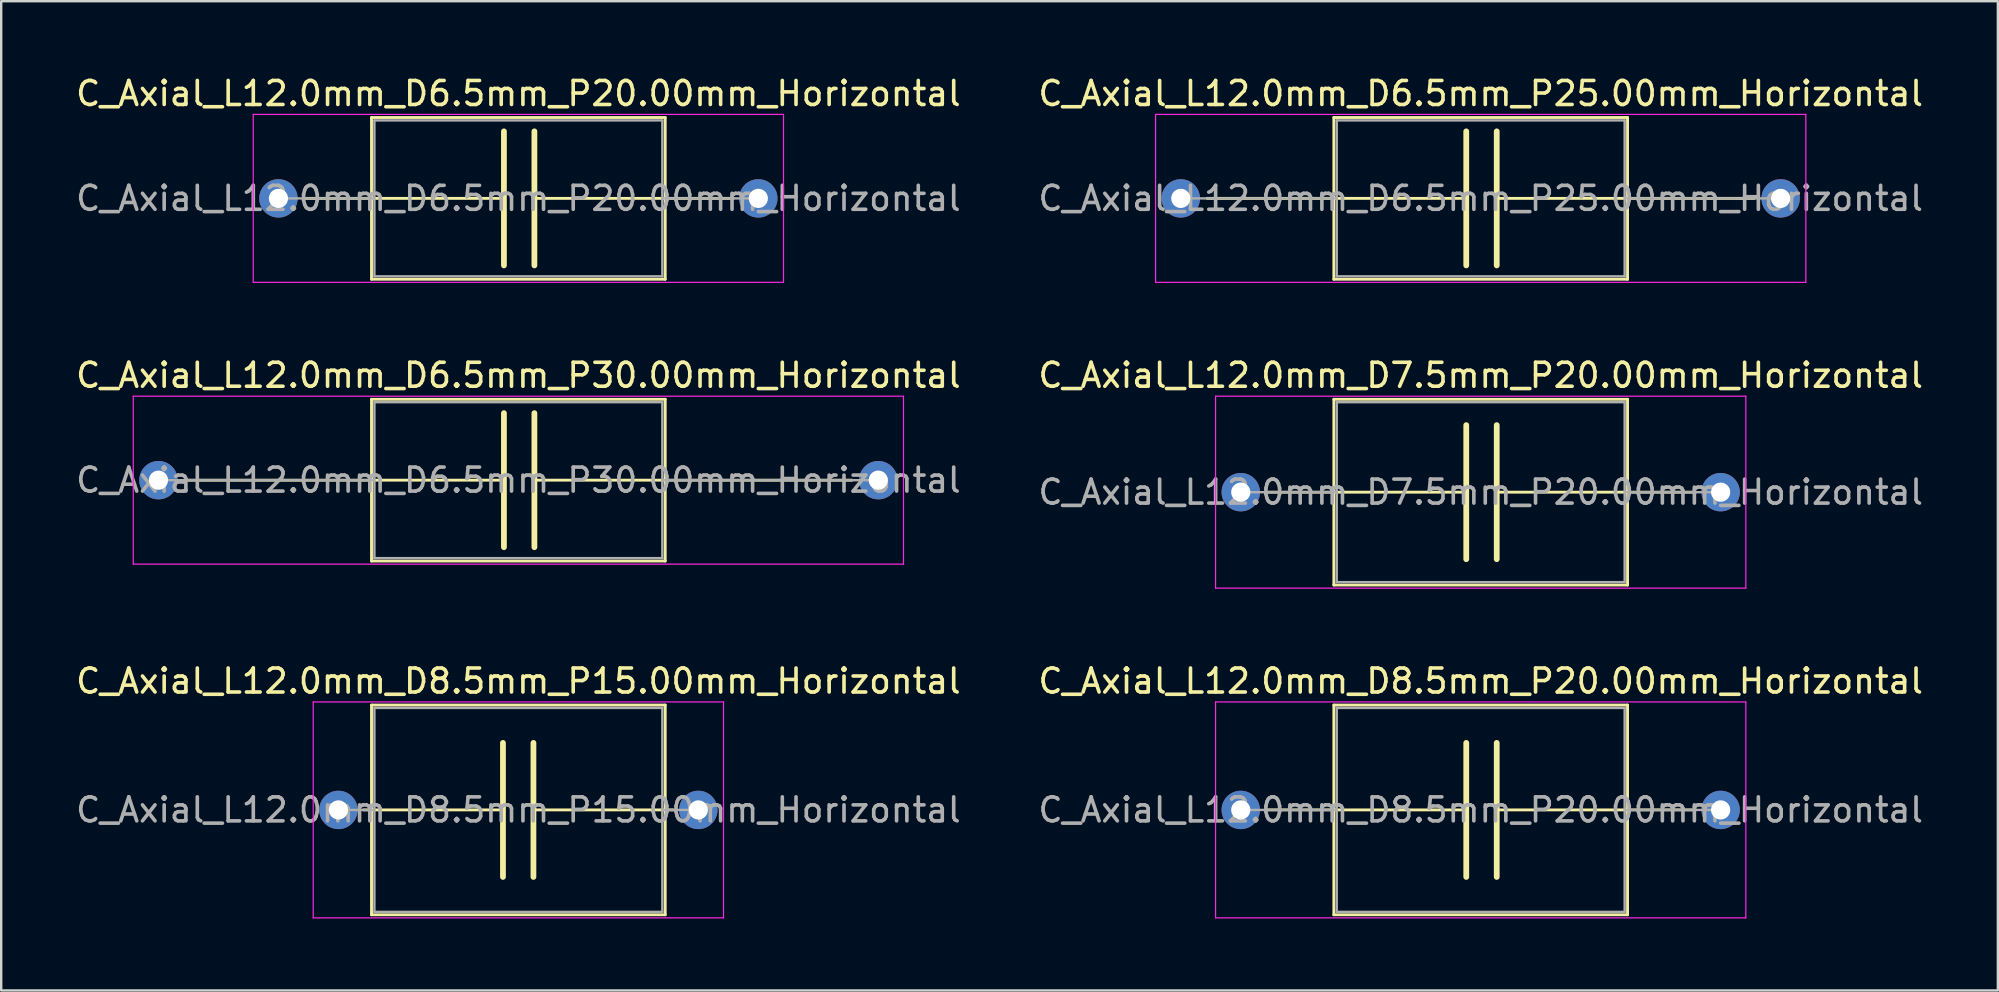
<source format=kicad_pcb>
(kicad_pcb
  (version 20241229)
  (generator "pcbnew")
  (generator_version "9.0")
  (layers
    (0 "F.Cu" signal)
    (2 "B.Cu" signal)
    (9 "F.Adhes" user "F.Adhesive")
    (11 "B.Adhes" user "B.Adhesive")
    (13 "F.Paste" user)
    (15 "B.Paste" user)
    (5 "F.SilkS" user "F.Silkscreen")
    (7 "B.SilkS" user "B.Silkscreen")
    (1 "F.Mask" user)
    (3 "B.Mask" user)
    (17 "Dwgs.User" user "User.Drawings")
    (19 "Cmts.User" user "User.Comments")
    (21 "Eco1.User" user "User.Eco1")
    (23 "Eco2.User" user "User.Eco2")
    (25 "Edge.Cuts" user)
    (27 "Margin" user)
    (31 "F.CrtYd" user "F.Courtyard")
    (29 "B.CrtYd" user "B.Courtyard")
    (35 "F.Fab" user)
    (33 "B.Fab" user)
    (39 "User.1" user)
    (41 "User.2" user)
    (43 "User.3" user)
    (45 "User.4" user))
  (footprint "C_Axial_L12.0mm_D7.5mm_P20.00mm_Horizontal"
    (layer "F.Cu")
    (at 48.661 17.462)
    (property "Reference" "C_Axial_L12.0mm_D7.5mm_P20.00mm_Horizontal" (at 10 -4.87 0) (layer "F.SilkS") (effects (font (size 1 1) (thickness 0.15))))
    (attr through_hole)
    (fp_line (start 1.04 0) (end 3.88 0) (stroke (width 0.12) (type solid)) (layer "F.SilkS"))
    (fp_line (start 3.88 -3.87) (end 3.88 3.87) (stroke (width 0.12) (type solid)) (layer "F.SilkS"))
    (fp_line (start 3.88 0) (end 9.398 0) (stroke (width 0.12) (type solid)) (layer "F.SilkS"))
    (fp_line (start 3.88 3.87) (end 16.12 3.87) (stroke (width 0.12) (type solid)) (layer "F.SilkS"))
    (fp_line (start 9.398 -2.794) (end 9.398 2.794) (stroke (width 0.24) (type solid)) (layer "F.SilkS"))
    (fp_line (start 10.668 2.794) (end 10.668 -2.794) (stroke (width 0.24) (type solid)) (layer "F.SilkS"))
    (fp_line (start 16.12 -3.87) (end 3.88 -3.87) (stroke (width 0.12) (type solid)) (layer "F.SilkS"))
    (fp_line (start 16.12 0) (end 10.668 0) (stroke (width 0.12) (type solid)) (layer "F.SilkS"))
    (fp_line (start 16.12 3.87) (end 16.12 -3.87) (stroke (width 0.12) (type solid)) (layer "F.SilkS"))
    (fp_line (start 18.96 0) (end 16.12 0) (stroke (width 0.12) (type solid)) (layer "F.SilkS"))
    (fp_line (start -1.05 -4) (end -1.05 4) (stroke (width 0.05) (type solid)) (layer "F.CrtYd"))
    (fp_line (start -1.05 4) (end 21.05 4) (stroke (width 0.05) (type solid)) (layer "F.CrtYd"))
    (fp_line (start 21.05 -4) (end -1.05 -4) (stroke (width 0.05) (type solid)) (layer "F.CrtYd"))
    (fp_line (start 21.05 4) (end 21.05 -4) (stroke (width 0.05) (type solid)) (layer "F.CrtYd"))
    (fp_line (start 0 0) (end 4 0) (stroke (width 0.1) (type solid)) (layer "F.Fab"))
    (fp_line (start 4 -3.75) (end 4 3.75) (stroke (width 0.1) (type solid)) (layer "F.Fab"))
    (fp_line (start 4 3.75) (end 16 3.75) (stroke (width 0.1) (type solid)) (layer "F.Fab"))
    (fp_line (start 16 -3.75) (end 4 -3.75) (stroke (width 0.1) (type solid)) (layer "F.Fab"))
    (fp_line (start 16 3.75) (end 16 -3.75) (stroke (width 0.1) (type solid)) (layer "F.Fab"))
    (fp_line (start 20 0) (end 16 0) (stroke (width 0.1) (type solid)) (layer "F.Fab"))
    (fp_text user "${REFERENCE}" (at 10 0 0) (layer "F.Fab") (effects (font (size 1 1) (thickness 0.15))))
    (pad "1" thru_hole circle (at 0 0) (size 1.6 1.6) (drill 0.8) (layers "*.Cu" "*.Mask"))
    (pad "2" thru_hole oval (at 20 0) (size 1.6 1.6) (drill 0.8) (layers "*.Cu" "*.Mask")))
  (footprint "C_Axial_L12.0mm_D8.5mm_P20.00mm_Horizontal"
    (layer "F.Cu")
    (at 48.661 30.705)
    (property "Reference" "C_Axial_L12.0mm_D8.5mm_P20.00mm_Horizontal" (at 10 -5.37 0) (layer "F.SilkS") (effects (font (size 1 1) (thickness 0.15))))
    (attr through_hole)
    (fp_line (start 1.04 0) (end 3.88 0) (stroke (width 0.12) (type solid)) (layer "F.SilkS"))
    (fp_line (start 3.88 -4.37) (end 3.88 4.37) (stroke (width 0.12) (type solid)) (layer "F.SilkS"))
    (fp_line (start 3.88 0) (end 9.398 0) (stroke (width 0.12) (type solid)) (layer "F.SilkS"))
    (fp_line (start 3.88 4.37) (end 16.12 4.37) (stroke (width 0.12) (type solid)) (layer "F.SilkS"))
    (fp_line (start 9.398 -2.794) (end 9.398 2.794) (stroke (width 0.24) (type solid)) (layer "F.SilkS"))
    (fp_line (start 10.668 2.794) (end 10.668 -2.794) (stroke (width 0.24) (type solid)) (layer "F.SilkS"))
    (fp_line (start 16.12 -4.37) (end 3.88 -4.37) (stroke (width 0.12) (type solid)) (layer "F.SilkS"))
    (fp_line (start 16.12 4.37) (end 16.12 -4.37) (stroke (width 0.12) (type solid)) (layer "F.SilkS"))
    (fp_line (start 16.129 0) (end 10.668 0) (stroke (width 0.12) (type solid)) (layer "F.SilkS"))
    (fp_line (start 18.96 0) (end 16.12 0) (stroke (width 0.12) (type solid)) (layer "F.SilkS"))
    (fp_line (start -1.05 -4.5) (end -1.05 4.5) (stroke (width 0.05) (type solid)) (layer "F.CrtYd"))
    (fp_line (start -1.05 4.5) (end 21.05 4.5) (stroke (width 0.05) (type solid)) (layer "F.CrtYd"))
    (fp_line (start 21.05 -4.5) (end -1.05 -4.5) (stroke (width 0.05) (type solid)) (layer "F.CrtYd"))
    (fp_line (start 21.05 4.5) (end 21.05 -4.5) (stroke (width 0.05) (type solid)) (layer "F.CrtYd"))
    (fp_line (start 0 0) (end 4 0) (stroke (width 0.1) (type solid)) (layer "F.Fab"))
    (fp_line (start 4 -4.25) (end 4 4.25) (stroke (width 0.1) (type solid)) (layer "F.Fab"))
    (fp_line (start 4 4.25) (end 16 4.25) (stroke (width 0.1) (type solid)) (layer "F.Fab"))
    (fp_line (start 16 -4.25) (end 4 -4.25) (stroke (width 0.1) (type solid)) (layer "F.Fab"))
    (fp_line (start 16 4.25) (end 16 -4.25) (stroke (width 0.1) (type solid)) (layer "F.Fab"))
    (fp_line (start 20 0) (end 16 0) (stroke (width 0.1) (type solid)) (layer "F.Fab"))
    (fp_text user "${REFERENCE}" (at 10 0 0) (layer "F.Fab") (effects (font (size 1 1) (thickness 0.15))))
    (pad "1" thru_hole circle (at 0 0) (size 1.6 1.6) (drill 0.8) (layers "*.Cu" "*.Mask"))
    (pad "2" thru_hole oval (at 20 0) (size 1.6 1.6) (drill 0.8) (layers "*.Cu" "*.Mask")))
  (footprint "C_Axial_L12.0mm_D6.5mm_P30.00mm_Horizontal"
    (layer "F.Cu")
    (at 3.554 16.962)
    (property "Reference" "C_Axial_L12.0mm_D6.5mm_P30.00mm_Horizontal" (at 15 -4.37 0) (layer "F.SilkS") (effects (font (size 1 1) (thickness 0.15))))
    (attr through_hole)
    (fp_line (start 1.1 0) (end 8.88 0) (stroke (width 0.12) (type solid)) (layer "F.SilkS"))
    (fp_line (start 8.88 -3.37) (end 8.88 3.37) (stroke (width 0.12) (type solid)) (layer "F.SilkS"))
    (fp_line (start 8.88 0) (end 14.398 0) (stroke (width 0.12) (type solid)) (layer "F.SilkS"))
    (fp_line (start 8.88 3.37) (end 21.12 3.37) (stroke (width 0.12) (type solid)) (layer "F.SilkS"))
    (fp_line (start 14.398 -2.794) (end 14.398 2.794) (stroke (width 0.24) (type solid)) (layer "F.SilkS"))
    (fp_line (start 15.668 2.794) (end 15.668 -2.794) (stroke (width 0.24) (type solid)) (layer "F.SilkS"))
    (fp_line (start 21.12 -3.37) (end 8.88 -3.37) (stroke (width 0.12) (type solid)) (layer "F.SilkS"))
    (fp_line (start 21.12 0) (end 15.668 0) (stroke (width 0.12) (type solid)) (layer "F.SilkS"))
    (fp_line (start 21.12 3.37) (end 21.12 -3.37) (stroke (width 0.12) (type solid)) (layer "F.SilkS"))
    (fp_line (start 28.9 0) (end 21.12 0) (stroke (width 0.12) (type solid)) (layer "F.SilkS"))
    (fp_line (start -1.05 -3.5) (end -1.05 3.5) (stroke (width 0.05) (type solid)) (layer "F.CrtYd"))
    (fp_line (start -1.05 3.5) (end 31.05 3.5) (stroke (width 0.05) (type solid)) (layer "F.CrtYd"))
    (fp_line (start 31.05 -3.5) (end -1.05 -3.5) (stroke (width 0.05) (type solid)) (layer "F.CrtYd"))
    (fp_line (start 31.05 3.5) (end 31.05 -3.5) (stroke (width 0.05) (type solid)) (layer "F.CrtYd"))
    (fp_line (start 0 0) (end 9 0) (stroke (width 0.1) (type solid)) (layer "F.Fab"))
    (fp_line (start 9 -3.25) (end 9 3.25) (stroke (width 0.1) (type solid)) (layer "F.Fab"))
    (fp_line (start 9 3.25) (end 21 3.25) (stroke (width 0.1) (type solid)) (layer "F.Fab"))
    (fp_line (start 21 -3.25) (end 9 -3.25) (stroke (width 0.1) (type solid)) (layer "F.Fab"))
    (fp_line (start 21 3.25) (end 21 -3.25) (stroke (width 0.1) (type solid)) (layer "F.Fab"))
    (fp_line (start 30 0) (end 21 0) (stroke (width 0.1) (type solid)) (layer "F.Fab"))
    (fp_text user "${REFERENCE}" (at 15 0 0) (layer "F.Fab") (effects (font (size 1 1) (thickness 0.15))))
    (pad "1" thru_hole circle (at 0 0) (size 1.6 1.6) (drill 0.8) (layers "*.Cu" "*.Mask"))
    (pad "2" thru_hole oval (at 30 0) (size 1.6 1.6) (drill 0.8) (layers "*.Cu" "*.Mask")))
  (footprint "C_Axial_L12.0mm_D8.5mm_P15.00mm_Horizontal"
    (layer "F.Cu")
    (at 11.054 30.705)
    (property "Reference" "C_Axial_L12.0mm_D8.5mm_P15.00mm_Horizontal" (at 7.5 -5.37 0) (layer "F.SilkS") (effects (font (size 1 1) (thickness 0.15))))
    (attr through_hole)
    (fp_line (start 1.04 0) (end 1.38 0) (stroke (width 0.12) (type solid)) (layer "F.SilkS"))
    (fp_line (start 1.38 -4.37) (end 1.38 4.37) (stroke (width 0.12) (type solid)) (layer "F.SilkS"))
    (fp_line (start 1.38 0) (end 6.858 0) (stroke (width 0.12) (type solid)) (layer "F.SilkS"))
    (fp_line (start 1.38 4.37) (end 13.62 4.37) (stroke (width 0.12) (type solid)) (layer "F.SilkS"))
    (fp_line (start 6.858 -2.794) (end 6.858 2.794) (stroke (width 0.24) (type solid)) (layer "F.SilkS"))
    (fp_line (start 8.128 2.794) (end 8.128 -2.794) (stroke (width 0.24) (type solid)) (layer "F.SilkS"))
    (fp_line (start 13.62 -4.37) (end 1.38 -4.37) (stroke (width 0.12) (type solid)) (layer "F.SilkS"))
    (fp_line (start 13.62 0) (end 8.128 0) (stroke (width 0.12) (type solid)) (layer "F.SilkS"))
    (fp_line (start 13.62 4.37) (end 13.62 -4.37) (stroke (width 0.12) (type solid)) (layer "F.SilkS"))
    (fp_line (start 13.96 0) (end 13.62 0) (stroke (width 0.12) (type solid)) (layer "F.SilkS"))
    (fp_line (start -1.05 -4.5) (end -1.05 4.5) (stroke (width 0.05) (type solid)) (layer "F.CrtYd"))
    (fp_line (start -1.05 4.5) (end 16.05 4.5) (stroke (width 0.05) (type solid)) (layer "F.CrtYd"))
    (fp_line (start 16.05 -4.5) (end -1.05 -4.5) (stroke (width 0.05) (type solid)) (layer "F.CrtYd"))
    (fp_line (start 16.05 4.5) (end 16.05 -4.5) (stroke (width 0.05) (type solid)) (layer "F.CrtYd"))
    (fp_line (start 0 0) (end 1.5 0) (stroke (width 0.1) (type solid)) (layer "F.Fab"))
    (fp_line (start 1.5 -4.25) (end 1.5 4.25) (stroke (width 0.1) (type solid)) (layer "F.Fab"))
    (fp_line (start 1.5 4.25) (end 13.5 4.25) (stroke (width 0.1) (type solid)) (layer "F.Fab"))
    (fp_line (start 13.5 -4.25) (end 1.5 -4.25) (stroke (width 0.1) (type solid)) (layer "F.Fab"))
    (fp_line (start 13.5 4.25) (end 13.5 -4.25) (stroke (width 0.1) (type solid)) (layer "F.Fab"))
    (fp_line (start 15 0) (end 13.5 0) (stroke (width 0.1) (type solid)) (layer "F.Fab"))
    (fp_text user "${REFERENCE}" (at 7.5 0 0) (layer "F.Fab") (effects (font (size 1 1) (thickness 0.15))))
    (pad "1" thru_hole circle (at 0 0) (size 1.6 1.6) (drill 0.8) (layers "*.Cu" "*.Mask"))
    (pad "2" thru_hole oval (at 15 0) (size 1.6 1.6) (drill 0.8) (layers "*.Cu" "*.Mask")))
  (footprint "C_Axial_L12.0mm_D6.5mm_P20.00mm_Horizontal"
    (layer "F.Cu")
    (at 8.554 5.218)
    (property "Reference" "C_Axial_L12.0mm_D6.5mm_P20.00mm_Horizontal" (at 10 -4.37 0) (layer "F.SilkS") (effects (font (size 1 1) (thickness 0.15))))
    (attr through_hole)
    (fp_line (start 1.04 0) (end 3.88 0) (stroke (width 0.12) (type solid)) (layer "F.SilkS"))
    (fp_line (start 3.88 -3.37) (end 3.88 3.37) (stroke (width 0.12) (type solid)) (layer "F.SilkS"))
    (fp_line (start 3.88 0) (end 9.398 0) (stroke (width 0.12) (type solid)) (layer "F.SilkS"))
    (fp_line (start 3.88 3.37) (end 16.12 3.37) (stroke (width 0.12) (type solid)) (layer "F.SilkS"))
    (fp_line (start 9.398 -2.794) (end 9.398 2.794) (stroke (width 0.24) (type solid)) (layer "F.SilkS"))
    (fp_line (start 10.668 2.794) (end 10.668 -2.794) (stroke (width 0.24) (type solid)) (layer "F.SilkS"))
    (fp_line (start 16.12 -3.37) (end 3.88 -3.37) (stroke (width 0.12) (type solid)) (layer "F.SilkS"))
    (fp_line (start 16.12 0) (end 10.668 0) (stroke (width 0.12) (type solid)) (layer "F.SilkS"))
    (fp_line (start 16.12 3.37) (end 16.12 -3.37) (stroke (width 0.12) (type solid)) (layer "F.SilkS"))
    (fp_line (start 18.96 0) (end 16.12 0) (stroke (width 0.12) (type solid)) (layer "F.SilkS"))
    (fp_line (start -1.05 -3.5) (end -1.05 3.5) (stroke (width 0.05) (type solid)) (layer "F.CrtYd"))
    (fp_line (start -1.05 3.5) (end 21.05 3.5) (stroke (width 0.05) (type solid)) (layer "F.CrtYd"))
    (fp_line (start 21.05 -3.5) (end -1.05 -3.5) (stroke (width 0.05) (type solid)) (layer "F.CrtYd"))
    (fp_line (start 21.05 3.5) (end 21.05 -3.5) (stroke (width 0.05) (type solid)) (layer "F.CrtYd"))
    (fp_line (start 0 0) (end 4 0) (stroke (width 0.1) (type solid)) (layer "F.Fab"))
    (fp_line (start 4 -3.25) (end 4 3.25) (stroke (width 0.1) (type solid)) (layer "F.Fab"))
    (fp_line (start 4 3.25) (end 16 3.25) (stroke (width 0.1) (type solid)) (layer "F.Fab"))
    (fp_line (start 16 -3.25) (end 4 -3.25) (stroke (width 0.1) (type solid)) (layer "F.Fab"))
    (fp_line (start 16 3.25) (end 16 -3.25) (stroke (width 0.1) (type solid)) (layer "F.Fab"))
    (fp_line (start 20 0) (end 16 0) (stroke (width 0.1) (type solid)) (layer "F.Fab"))
    (fp_text user "${REFERENCE}" (at 10 0 0) (layer "F.Fab") (effects (font (size 1 1) (thickness 0.15))))
    (pad "1" thru_hole circle (at 0 0) (size 1.6 1.6) (drill 0.8) (layers "*.Cu" "*.Mask"))
    (pad "2" thru_hole oval (at 20 0) (size 1.6 1.6) (drill 0.8) (layers "*.Cu" "*.Mask")))
  (footprint "C_Axial_L12.0mm_D6.5mm_P25.00mm_Horizontal"
    (layer "F.Cu")
    (at 46.161 5.218)
    (property "Reference" "C_Axial_L12.0mm_D6.5mm_P25.00mm_Horizontal" (at 12.5 -4.37 0) (layer "F.SilkS") (effects (font (size 1 1) (thickness 0.15))))
    (attr through_hole)
    (fp_line (start 1.1 0) (end 6.38 0) (stroke (width 0.12) (type solid)) (layer "F.SilkS"))
    (fp_line (start 6.38 -3.37) (end 6.38 3.37) (stroke (width 0.12) (type solid)) (layer "F.SilkS"))
    (fp_line (start 6.38 0) (end 11.898 0) (stroke (width 0.12) (type solid)) (layer "F.SilkS"))
    (fp_line (start 6.38 3.37) (end 18.62 3.37) (stroke (width 0.12) (type solid)) (layer "F.SilkS"))
    (fp_line (start 11.898 -2.794) (end 11.898 2.794) (stroke (width 0.24) (type solid)) (layer "F.SilkS"))
    (fp_line (start 13.168 2.794) (end 13.168 -2.794) (stroke (width 0.24) (type solid)) (layer "F.SilkS"))
    (fp_line (start 18.62 -3.37) (end 6.38 -3.37) (stroke (width 0.12) (type solid)) (layer "F.SilkS"))
    (fp_line (start 18.62 0) (end 13.168 0) (stroke (width 0.12) (type solid)) (layer "F.SilkS"))
    (fp_line (start 18.62 3.37) (end 18.62 -3.37) (stroke (width 0.12) (type solid)) (layer "F.SilkS"))
    (fp_line (start 23.9 0) (end 18.62 0) (stroke (width 0.12) (type solid)) (layer "F.SilkS"))
    (fp_line (start -1.05 -3.5) (end -1.05 3.5) (stroke (width 0.05) (type solid)) (layer "F.CrtYd"))
    (fp_line (start -1.05 3.5) (end 26.05 3.5) (stroke (width 0.05) (type solid)) (layer "F.CrtYd"))
    (fp_line (start 26.05 -3.5) (end -1.05 -3.5) (stroke (width 0.05) (type solid)) (layer "F.CrtYd"))
    (fp_line (start 26.05 3.5) (end 26.05 -3.5) (stroke (width 0.05) (type solid)) (layer "F.CrtYd"))
    (fp_line (start 0 0) (end 6.5 0) (stroke (width 0.1) (type solid)) (layer "F.Fab"))
    (fp_line (start 6.5 -3.25) (end 6.5 3.25) (stroke (width 0.1) (type solid)) (layer "F.Fab"))
    (fp_line (start 6.5 3.25) (end 18.5 3.25) (stroke (width 0.1) (type solid)) (layer "F.Fab"))
    (fp_line (start 18.5 -3.25) (end 6.5 -3.25) (stroke (width 0.1) (type solid)) (layer "F.Fab"))
    (fp_line (start 18.5 3.25) (end 18.5 -3.25) (stroke (width 0.1) (type solid)) (layer "F.Fab"))
    (fp_line (start 25 0) (end 18.5 0) (stroke (width 0.1) (type solid)) (layer "F.Fab"))
    (fp_text user "${REFERENCE}" (at 12.5 0 0) (layer "F.Fab") (effects (font (size 1 1) (thickness 0.15))))
    (pad "1" thru_hole circle (at 0 0) (size 1.6 1.6) (drill 0.8) (layers "*.Cu" "*.Mask"))
    (pad "2" thru_hole oval (at 25 0) (size 1.6 1.6) (drill 0.8) (layers "*.Cu" "*.Mask")))
  (gr_rect
    (start -3 -3)
    (end 80.214 38.23)
    (stroke (width 0.1) (type default))
    (fill no)
    (layer "Edge.Cuts")))
</source>
